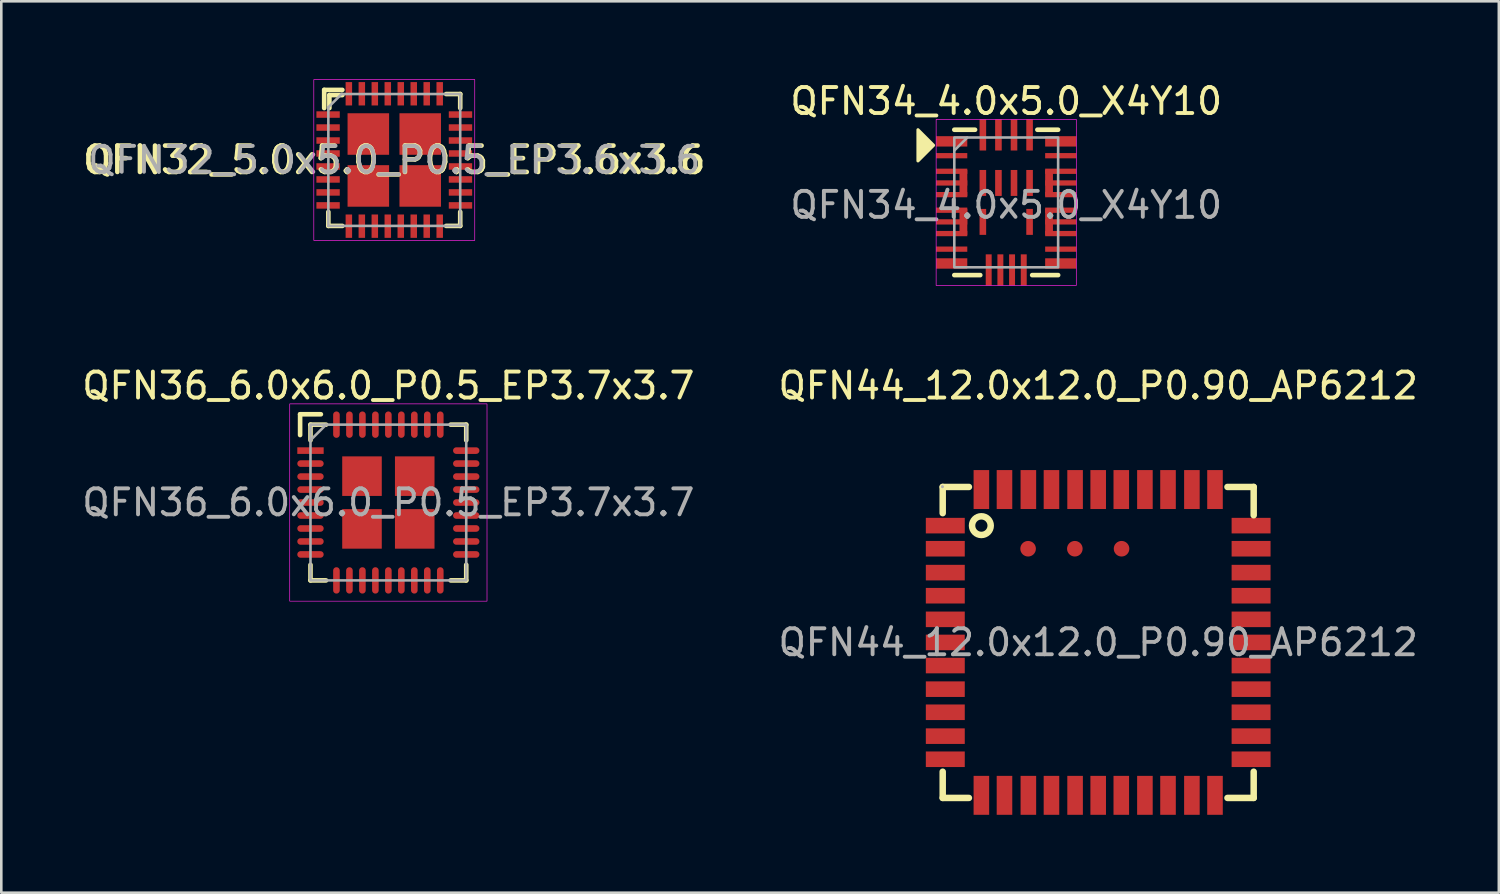
<source format=kicad_pcb>
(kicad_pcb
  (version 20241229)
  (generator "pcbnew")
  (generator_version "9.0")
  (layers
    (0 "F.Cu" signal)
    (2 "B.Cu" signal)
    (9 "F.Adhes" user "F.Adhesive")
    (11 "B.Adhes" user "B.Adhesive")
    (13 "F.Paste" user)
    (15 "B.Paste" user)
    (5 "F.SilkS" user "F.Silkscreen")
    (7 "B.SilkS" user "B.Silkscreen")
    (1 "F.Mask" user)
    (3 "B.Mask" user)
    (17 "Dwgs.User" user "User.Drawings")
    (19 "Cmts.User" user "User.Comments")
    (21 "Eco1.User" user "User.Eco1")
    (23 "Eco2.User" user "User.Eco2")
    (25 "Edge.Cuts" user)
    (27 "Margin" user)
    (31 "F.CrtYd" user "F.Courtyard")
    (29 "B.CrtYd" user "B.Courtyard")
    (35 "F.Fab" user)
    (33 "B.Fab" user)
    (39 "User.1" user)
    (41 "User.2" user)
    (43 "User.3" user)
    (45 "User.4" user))
  (footprint "QFN44_12.0x12.0_P0.90_AP6212"
    (layer "F.Cu")
    (at 39.256 21.699)
    (property "Reference" "QFN44_12.0x12.0_P0.90_AP6212" (at 0 -9.89 0) (layer "F.SilkS") (effects (font (size 1 1) (thickness 0.15))))
    (attr smd)
    (fp_line (start -5.99 -5.99) (end -4.98 -5.99) (stroke (width 0.25) (type solid)) (layer "F.SilkS"))
    (fp_line (start -5.99 -4.98) (end -5.99 -5.99) (stroke (width 0.25) (type solid)) (layer "F.SilkS"))
    (fp_line (start -5.99 5.99) (end -5.99 4.98) (stroke (width 0.25) (type solid)) (layer "F.SilkS"))
    (fp_line (start -4.98 5.99) (end -5.99 5.99) (stroke (width 0.25) (type solid)) (layer "F.SilkS"))
    (fp_line (start 4.98 -5.99) (end 5.99 -5.99) (stroke (width 0.25) (type solid)) (layer "F.SilkS"))
    (fp_line (start 5.99 -5.99) (end 5.99 -4.9) (stroke (width 0.25) (type solid)) (layer "F.SilkS"))
    (fp_line (start 5.99 4.98) (end 5.99 5.99) (stroke (width 0.25) (type solid)) (layer "F.SilkS"))
    (fp_line (start 5.99 5.99) (end 4.98 5.99) (stroke (width 0.25) (type solid)) (layer "F.SilkS"))
    (fp_circle (center -4.5 -4.5) (end -4.14 -4.5) (stroke (width 0.25) (type solid)) (fill no) (layer "F.SilkS"))
    (fp_circle (center -6 -6) (end -5.97 -6) (stroke (width 0.06) (type solid)) (fill no) (layer "F.Fab"))
    (fp_text user "${REFERENCE}" (at 0 0 0) (layer "F.Fab") (effects (font (size 1 1) (thickness 0.15))))
    (pad "1" smd rect (at -5.89 -4.5) (size 1.5 0.6) (layers "F.Cu" "F.Mask" "F.Paste"))
    (pad "2" smd rect (at -5.89 -3.61) (size 1.5 0.6) (layers "F.Cu" "F.Mask" "F.Paste"))
    (pad "3" smd rect (at -5.89 -2.69) (size 1.5 0.6) (layers "F.Cu" "F.Mask" "F.Paste"))
    (pad "4" smd rect (at -5.89 -1.8) (size 1.5 0.6) (layers "F.Cu" "F.Mask" "F.Paste"))
    (pad "5" smd rect (at -5.89 -0.89) (size 1.5 0.6) (layers "F.Cu" "F.Mask" "F.Paste"))
    (pad "6" smd rect (at -5.89 0) (size 1.5 0.6) (layers "F.Cu" "F.Mask" "F.Paste"))
    (pad "7" smd rect (at -5.89 0.89) (size 1.5 0.6) (layers "F.Cu" "F.Mask" "F.Paste"))
    (pad "8" smd rect (at -5.89 1.8) (size 1.5 0.6) (layers "F.Cu" "F.Mask" "F.Paste"))
    (pad "9" smd rect (at -5.89 2.69) (size 1.5 0.6) (layers "F.Cu" "F.Mask" "F.Paste"))
    (pad "10" smd rect (at -5.89 3.61) (size 1.5 0.6) (layers "F.Cu" "F.Mask" "F.Paste"))
    (pad "11" smd rect (at -5.89 4.5) (size 1.5 0.6) (layers "F.Cu" "F.Mask" "F.Paste"))
    (pad "12" smd rect (at -4.5 5.89 90) (size 1.5 0.6) (layers "F.Cu" "F.Mask" "F.Paste"))
    (pad "13" smd rect (at -3.61 5.89 90) (size 1.5 0.6) (layers "F.Cu" "F.Mask" "F.Paste"))
    (pad "14" smd rect (at -2.69 5.89 90) (size 1.5 0.6) (layers "F.Cu" "F.Mask" "F.Paste"))
    (pad "15" smd rect (at -1.8 5.89 90) (size 1.5 0.6) (layers "F.Cu" "F.Mask" "F.Paste"))
    (pad "16" smd rect (at -0.89 5.89 90) (size 1.5 0.6) (layers "F.Cu" "F.Mask" "F.Paste"))
    (pad "17" smd rect (at 0 5.89 90) (size 1.5 0.6) (layers "F.Cu" "F.Mask" "F.Paste"))
    (pad "18" smd rect (at 0.89 5.89 90) (size 1.5 0.6) (layers "F.Cu" "F.Mask" "F.Paste"))
    (pad "19" smd rect (at 1.8 5.89 90) (size 1.5 0.6) (layers "F.Cu" "F.Mask" "F.Paste"))
    (pad "20" smd rect (at 2.69 5.89 90) (size 1.5 0.6) (layers "F.Cu" "F.Mask" "F.Paste"))
    (pad "21" smd rect (at 3.61 5.89 90) (size 1.5 0.6) (layers "F.Cu" "F.Mask" "F.Paste"))
    (pad "22" smd rect (at 4.5 5.89 90) (size 1.5 0.6) (layers "F.Cu" "F.Mask" "F.Paste"))
    (pad "23" smd rect (at 5.89 4.5 180) (size 1.5 0.6) (layers "F.Cu" "F.Mask" "F.Paste"))
    (pad "24" smd rect (at 5.89 3.61 180) (size 1.5 0.6) (layers "F.Cu" "F.Mask" "F.Paste"))
    (pad "25" smd rect (at 5.89 2.69 180) (size 1.5 0.6) (layers "F.Cu" "F.Mask" "F.Paste"))
    (pad "26" smd rect (at 5.89 1.8 180) (size 1.5 0.6) (layers "F.Cu" "F.Mask" "F.Paste"))
    (pad "27" smd rect (at 5.89 0.89 180) (size 1.5 0.6) (layers "F.Cu" "F.Mask" "F.Paste"))
    (pad "28" smd rect (at 5.89 0 180) (size 1.5 0.6) (layers "F.Cu" "F.Mask" "F.Paste"))
    (pad "29" smd rect (at 5.89 -0.89 180) (size 1.5 0.6) (layers "F.Cu" "F.Mask" "F.Paste"))
    (pad "30" smd rect (at 5.89 -1.8 180) (size 1.5 0.6) (layers "F.Cu" "F.Mask" "F.Paste"))
    (pad "31" smd rect (at 5.89 -2.69 180) (size 1.5 0.6) (layers "F.Cu" "F.Mask" "F.Paste"))
    (pad "32" smd rect (at 5.89 -3.61 180) (size 1.5 0.6) (layers "F.Cu" "F.Mask" "F.Paste"))
    (pad "33" smd rect (at 5.89 -4.5 180) (size 1.5 0.6) (layers "F.Cu" "F.Mask" "F.Paste"))
    (pad "34" smd rect (at 4.5 -5.89 270) (size 1.5 0.6) (layers "F.Cu" "F.Mask" "F.Paste"))
    (pad "35" smd rect (at 3.61 -5.89 270) (size 1.5 0.6) (layers "F.Cu" "F.Mask" "F.Paste"))
    (pad "36" smd rect (at 2.69 -5.89 270) (size 1.5 0.6) (layers "F.Cu" "F.Mask" "F.Paste"))
    (pad "37" smd rect (at 1.8 -5.89 270) (size 1.5 0.6) (layers "F.Cu" "F.Mask" "F.Paste"))
    (pad "38" smd rect (at 0.89 -5.89 270) (size 1.5 0.6) (layers "F.Cu" "F.Mask" "F.Paste"))
    (pad "39" smd rect (at 0 -5.89 270) (size 1.5 0.6) (layers "F.Cu" "F.Mask" "F.Paste"))
    (pad "40" smd rect (at -0.89 -5.89 270) (size 1.5 0.6) (layers "F.Cu" "F.Mask" "F.Paste"))
    (pad "41" smd rect (at -1.8 -5.89 270) (size 1.5 0.6) (layers "F.Cu" "F.Mask" "F.Paste"))
    (pad "42" smd rect (at -2.69 -5.89 270) (size 1.5 0.6) (layers "F.Cu" "F.Mask" "F.Paste"))
    (pad "43" smd rect (at -3.61 -5.89 270) (size 1.5 0.6) (layers "F.Cu" "F.Mask" "F.Paste"))
    (pad "44" smd rect (at -4.5 -5.89 270) (size 1.5 0.6) (layers "F.Cu" "F.Mask" "F.Paste"))
    (pad "45" smd circle (at -2.7 -3.61) (size 0.6 0.6) (layers "F.Cu" "F.Mask"))
    (pad "46" smd circle (at -0.9 -3.61) (size 0.6 0.6) (layers "F.Cu" "F.Mask"))
    (pad "47" smd circle (at 0.9 -3.61) (size 0.6 0.6) (layers "F.Cu" "F.Mask")))
  (footprint "QFN36_6.0x6.0_P0.5_EP3.7x3.7"
    (layer "F.Cu")
    (at 11.911 16.309)
    (property "Reference" "QFN36_6.0x6.0_P0.5_EP3.7x3.7" (at 0 -4.5 0) (unlocked yes) (layer "F.SilkS") (effects (font (size 1 1) (thickness 0.15))))
    (attr smd)
    (fp_line (start -3.4 -2.6) (end -3.4 -3.4) (stroke (width 0.178) (type solid)) (layer "F.SilkS"))
    (fp_line (start -3.4 -3.4) (end -2.6 -3.4) (stroke (width 0.178) (type solid)) (layer "F.SilkS"))
    (fp_line (start -3 -2.4) (end -3 -3) (stroke (width 0.178) (type solid)) (layer "F.SilkS"))
    (fp_line (start -3 -3) (end -2.4 -3) (stroke (width 0.178) (type solid)) (layer "F.SilkS"))
    (fp_line (start -3 2.4) (end -3 3) (stroke (width 0.178) (type solid)) (layer "F.SilkS"))
    (fp_line (start -3 3) (end -2.4 3) (stroke (width 0.178) (type solid)) (layer "F.SilkS"))
    (fp_line (start 2.4 -3) (end 3 -3) (stroke (width 0.178) (type solid)) (layer "F.SilkS"))
    (fp_line (start 3 -3) (end 3 -2.4) (stroke (width 0.178) (type solid)) (layer "F.SilkS"))
    (fp_line (start 3 2.4) (end 3 3) (stroke (width 0.178) (type solid)) (layer "F.SilkS"))
    (fp_line (start 3 3) (end 2.4 3) (stroke (width 0.178) (type solid)) (layer "F.SilkS"))
    (fp_rect (start -3.8 -3.8) (end 3.8 3.8) (stroke (width 0.025) (type solid)) (fill no) (layer "F.CrtYd"))
    (fp_line (start -3 -2.4) (end -2.4 -3) (stroke (width 0.1) (type solid)) (layer "F.Fab"))
    (fp_rect (start -3 -3) (end 3 3) (stroke (width 0.1) (type solid)) (fill no) (layer "F.Fab"))
    (fp_text user "${REFERENCE}" (at 0 0 0) (unlocked yes) (layer "F.Fab") (effects (font (size 1 1) (thickness 0.15))))
    (pad "1" smd rect (at -3 -2) (size 1.016 0.254) (layers "F.Cu" "F.Mask" "F.Paste"))
    (pad "2" smd oval (at -3 -1.5) (size 1.016 0.254) (layers "F.Cu" "F.Mask" "F.Paste"))
    (pad "3" smd oval (at -3 -1) (size 1.016 0.254) (layers "F.Cu" "F.Mask" "F.Paste"))
    (pad "4" smd oval (at -3 -0.5) (size 1.016 0.254) (layers "F.Cu" "F.Mask" "F.Paste"))
    (pad "5" smd oval (at -3 0) (size 1.016 0.254) (layers "F.Cu" "F.Mask" "F.Paste"))
    (pad "6" smd oval (at -3 0.5) (size 1.016 0.254) (layers "F.Cu" "F.Mask" "F.Paste"))
    (pad "7" smd oval (at -3 1) (size 1.016 0.254) (layers "F.Cu" "F.Mask" "F.Paste"))
    (pad "8" smd oval (at -3 1.5) (size 1.016 0.254) (layers "F.Cu" "F.Mask" "F.Paste"))
    (pad "9" smd oval (at -3 2) (size 1.016 0.254) (layers "F.Cu" "F.Mask" "F.Paste"))
    (pad "10" smd oval (at -2 3) (size 0.254 1.016) (layers "F.Cu" "F.Mask" "F.Paste"))
    (pad "11" smd oval (at -1.5 3) (size 0.254 1.016) (layers "F.Cu" "F.Mask" "F.Paste"))
    (pad "12" smd oval (at -1 3) (size 0.254 1.016) (layers "F.Cu" "F.Mask" "F.Paste"))
    (pad "13" smd oval (at -0.5 3) (size 0.254 1.016) (layers "F.Cu" "F.Mask" "F.Paste"))
    (pad "14" smd oval (at 0 3) (size 0.254 1.016) (layers "F.Cu" "F.Mask" "F.Paste"))
    (pad "15" smd oval (at 0.5 3) (size 0.254 1.016) (layers "F.Cu" "F.Mask" "F.Paste"))
    (pad "16" smd oval (at 1 3) (size 0.254 1.016) (layers "F.Cu" "F.Mask" "F.Paste"))
    (pad "17" smd oval (at 1.5 3) (size 0.254 1.016) (layers "F.Cu" "F.Mask" "F.Paste"))
    (pad "18" smd oval (at 2 3) (size 0.254 1.016) (layers "F.Cu" "F.Mask" "F.Paste"))
    (pad "19" smd oval (at 3 2) (size 1.016 0.254) (layers "F.Cu" "F.Mask" "F.Paste"))
    (pad "20" smd oval (at 3 1.5) (size 1.016 0.254) (layers "F.Cu" "F.Mask" "F.Paste"))
    (pad "21" smd oval (at 3 1) (size 1.016 0.254) (layers "F.Cu" "F.Mask" "F.Paste"))
    (pad "22" smd oval (at 3 0.5) (size 1.016 0.254) (layers "F.Cu" "F.Mask" "F.Paste"))
    (pad "23" smd oval (at 3 0) (size 1.016 0.254) (layers "F.Cu" "F.Mask" "F.Paste"))
    (pad "24" smd oval (at 3 -0.5) (size 1.016 0.254) (layers "F.Cu" "F.Mask" "F.Paste"))
    (pad "25" smd oval (at 3 -1) (size 1.016 0.254) (layers "F.Cu" "F.Mask" "F.Paste"))
    (pad "26" smd oval (at 3 -1.5) (size 1.016 0.254) (layers "F.Cu" "F.Mask" "F.Paste"))
    (pad "27" smd oval (at 3 -2) (size 1.016 0.254) (layers "F.Cu" "F.Mask" "F.Paste"))
    (pad "28" smd oval (at 2 -3) (size 0.254 1.016) (layers "F.Cu" "F.Mask" "F.Paste"))
    (pad "29" smd oval (at 1.5 -3) (size 0.254 1.016) (layers "F.Cu" "F.Mask" "F.Paste"))
    (pad "30" smd oval (at 1 -3) (size 0.254 1.016) (layers "F.Cu" "F.Mask" "F.Paste"))
    (pad "31" smd oval (at 0.5 -3) (size 0.254 1.016) (layers "F.Cu" "F.Mask" "F.Paste"))
    (pad "32" smd oval (at 0 -3) (size 0.254 1.016) (layers "F.Cu" "F.Mask" "F.Paste"))
    (pad "33" smd oval (at -0.5 -3) (size 0.254 1.016) (layers "F.Cu" "F.Mask" "F.Paste"))
    (pad "34" smd oval (at -1 -3) (size 0.254 1.016) (layers "F.Cu" "F.Mask" "F.Paste"))
    (pad "35" smd oval (at -1.5 -3) (size 0.254 1.016) (layers "F.Cu" "F.Mask" "F.Paste"))
    (pad "36" smd oval (at -2 -3) (size 0.254 1.016) (layers "F.Cu" "F.Mask" "F.Paste"))
    (pad "37" smd rect (at -1.016 -1.016) (size 1.524 1.524) (layers "F.Cu" "F.Mask" "F.Paste"))
    (pad "37" smd rect (at -1.016 1.016) (size 1.524 1.524) (layers "F.Cu" "F.Mask" "F.Paste"))
    (pad "37" smd rect (at 1.016 -1.016) (size 1.524 1.524) (layers "F.Cu" "F.Mask" "F.Paste"))
    (pad "37" smd rect (at 1.016 1.016) (size 1.524 1.524) (layers "F.Cu" "F.Mask" "F.Paste")))
  (footprint "QFN34_4.0x5.0_X4Y10"
    (layer "F.Cu")
    (at 35.713 4.748)
    (property "Reference" "QFN34_4.0x5.0_X4Y10" (at 0 -3.9 0) (unlocked yes) (layer "F.SilkS") (effects (font (size 1 1) (thickness 0.15))))
    (attr smd)
    (fp_line (start -2 -2.8) (end -1.2 -2.8) (stroke (width 0.178) (type solid)) (layer "F.SilkS"))
    (fp_line (start -2 2.8) (end -1 2.8) (stroke (width 0.178) (type solid)) (layer "F.SilkS"))
    (fp_line (start 1 2.8) (end 2 2.8) (stroke (width 0.178) (type solid)) (layer "F.SilkS"))
    (fp_line (start 1.2 -2.8) (end 2 -2.8) (stroke (width 0.178) (type solid)) (layer "F.SilkS"))
    (fp_poly (pts (xy -2.8 -2.2) (xy -3.4 -1.6) (xy -3.4 -2.8)) (stroke (width 0.12) (type solid)) (fill yes) (layer "F.SilkS"))
    (fp_rect (start -2.7 -3.2) (end 2.7 3.2) (stroke (width 0.025) (type solid)) (fill no) (layer "F.CrtYd"))
    (fp_line (start -2 -2) (end -1.5 -2.5) (stroke (width 0.1) (type solid)) (layer "F.Fab"))
    (fp_rect (start -2 -2.5) (end 2 2.5) (stroke (width 0.1) (type solid)) (fill no) (layer "F.Fab"))
    (fp_text user "${REFERENCE}" (at 0 0.1 0) (unlocked yes) (layer "F.Fab") (effects (font (size 1 1) (thickness 0.15))))
    (pad "1" smd rect (at -2.1 -2.352) (size 1.2 0.4) (layers "F.Cu" "F.Mask" "F.Paste"))
    (pad "2" smd rect (at -2.1 -1.8) (size 1.2 0.203) (layers "F.Cu" "F.Mask" "F.Paste"))
    (pad "3" smd rect (at -2.1 -1.2) (size 1.2 0.203) (layers "F.Cu" "F.Mask" "F.Paste"))
    (pad "4" smd rect (at -2.1 -0.75) (size 1.2 0.203) (layers "F.Cu" "F.Mask" "F.Paste"))
    (pad "4" smd rect (at -1.65 -0.75) (size 0.3 1) (layers "F.Cu" "F.Mask" "F.Paste"))
    (pad "5" smd rect (at -2.1 -0.3) (size 1.2 0.203) (layers "F.Cu" "F.Mask" "F.Paste"))
    (pad "6" smd rect (at -2.1 0.3) (size 1.2 0.203) (layers "F.Cu" "F.Mask" "F.Paste"))
    (pad "7" smd rect (at -2.1 0.75) (size 1.2 0.203) (layers "F.Cu" "F.Mask" "F.Paste"))
    (pad "7" smd rect (at -1.65 0.75) (size 0.3 1) (layers "F.Cu" "F.Mask" "F.Paste"))
    (pad "8" smd rect (at -2.1 1.2) (size 1.2 0.203) (layers "F.Cu" "F.Mask" "F.Paste"))
    (pad "9" smd rect (at -2.1 1.8) (size 1.2 0.203) (layers "F.Cu" "F.Mask" "F.Paste"))
    (pad "10" smd rect (at -2.1 2.352) (size 1.2 0.4) (layers "F.Cu" "F.Mask" "F.Paste"))
    (pad "11" smd rect (at -0.675 2.6) (size 0.229 1.2) (layers "F.Cu" "F.Mask" "F.Paste"))
    (pad "12" smd rect (at -0.225 2.6) (size 0.229 1.2) (layers "F.Cu" "F.Mask" "F.Paste"))
    (pad "13" smd rect (at 0.225 2.6) (size 0.229 1.2) (layers "F.Cu" "F.Mask" "F.Paste"))
    (pad "14" smd rect (at 0.675 2.6) (size 0.229 1.2) (layers "F.Cu" "F.Mask" "F.Paste"))
    (pad "15" smd rect (at 2.1 2.352) (size 1.2 0.4) (layers "F.Cu" "F.Mask" "F.Paste"))
    (pad "16" smd rect (at 2.1 1.8) (size 1.2 0.203) (layers "F.Cu" "F.Mask" "F.Paste"))
    (pad "17" smd rect (at 2.1 1.2) (size 1.2 0.203) (layers "F.Cu" "F.Mask" "F.Paste"))
    (pad "18" smd rect (at 1.65 0.75) (size 0.3 1) (layers "F.Cu" "F.Mask" "F.Paste"))
    (pad "18" smd rect (at 2.1 0.75) (size 1.2 0.203) (layers "F.Cu" "F.Mask" "F.Paste"))
    (pad "19" smd rect (at 2.1 0.3) (size 1.2 0.203) (layers "F.Cu" "F.Mask" "F.Paste"))
    (pad "20" smd rect (at 2.1 -0.3) (size 1.2 0.203) (layers "F.Cu" "F.Mask" "F.Paste"))
    (pad "21" smd rect (at 1.65 -0.75) (size 0.3 1) (layers "F.Cu" "F.Mask" "F.Paste"))
    (pad "21" smd rect (at 2.1 -0.75) (size 1.2 0.203) (layers "F.Cu" "F.Mask" "F.Paste"))
    (pad "22" smd rect (at 2.1 -1.2) (size 1.2 0.203) (layers "F.Cu" "F.Mask" "F.Paste"))
    (pad "23" smd rect (at 2.1 -1.8) (size 1.2 0.203) (layers "F.Cu" "F.Mask" "F.Paste"))
    (pad "24" smd rect (at 2.1 -2.352) (size 1.2 0.4) (layers "F.Cu" "F.Mask" "F.Paste"))
    (pad "25" smd rect (at 0.9 -2.6) (size 0.254 1.2) (layers "F.Cu" "F.Mask" "F.Paste"))
    (pad "26" smd rect (at 0.3 -2.6) (size 0.254 1.2) (layers "F.Cu" "F.Mask" "F.Paste"))
    (pad "27" smd rect (at -0.3 -2.6) (size 0.254 1.2) (layers "F.Cu" "F.Mask" "F.Paste"))
    (pad "28" smd rect (at -0.9 -2.6) (size 0.254 1.2) (layers "F.Cu" "F.Mask" "F.Paste"))
    (pad "29" smd rect (at -0.9 -0.75) (size 0.254 1) (layers "F.Cu" "F.Mask" "F.Paste"))
    (pad "30" smd rect (at -0.9 0.75) (size 0.254 1) (layers "F.Cu" "F.Mask" "F.Paste"))
    (pad "31" smd rect (at 0.9 0.75) (size 0.254 1) (layers "F.Cu" "F.Mask" "F.Paste"))
    (pad "32" smd rect (at 0.9 -0.75) (size 0.254 1) (layers "F.Cu" "F.Mask" "F.Paste"))
    (pad "33" smd rect (at 0.3 -0.75) (size 0.254 1) (layers "F.Cu" "F.Mask" "F.Paste"))
    (pad "34" smd rect (at -0.3 -0.75) (size 0.254 1) (layers "F.Cu" "F.Mask" "F.Paste")))
  (footprint "QFN32_5.0x5.0_P0.5_EP3.6x3.6"
    (layer "F.Cu")
    (at 12.139 3.113)
    (property "Reference" "QFN32_5.0x5.0_P0.5_EP3.6x3.6" (at 0 0 0) (layer "F.SilkS") (effects (font (size 1.016 1.016) (thickness 0.178))))
    (attr smd)
    (fp_line (start -2.7 -2.7) (end -2 -2.7) (stroke (width 0.178) (type solid)) (layer "F.SilkS"))
    (fp_line (start -2.7 -2) (end -2.7 -2.7) (stroke (width 0.178) (type solid)) (layer "F.SilkS"))
    (fp_line (start -2.54 2.54) (end -2.54 2) (stroke (width 0.178) (type solid)) (layer "F.SilkS"))
    (fp_line (start -2.5 -2) (end -2.5 -2.5) (stroke (width 0.178) (type solid)) (layer "F.SilkS"))
    (fp_line (start -2 -2.5) (end -2.5 -2.5) (stroke (width 0.178) (type solid)) (layer "F.SilkS"))
    (fp_line (start -2 2.54) (end -2.54 2.54) (stroke (width 0.178) (type solid)) (layer "F.SilkS"))
    (fp_line (start 2 -2.54) (end 2.54 -2.54) (stroke (width 0.178) (type solid)) (layer "F.SilkS"))
    (fp_line (start 2.54 -2) (end 2.54 -2.54) (stroke (width 0.178) (type solid)) (layer "F.SilkS"))
    (fp_line (start 2.54 2) (end 2.54 2.54) (stroke (width 0.178) (type solid)) (layer "F.SilkS"))
    (fp_line (start 2.54 2.54) (end 2 2.54) (stroke (width 0.178) (type solid)) (layer "F.SilkS"))
    (fp_rect (start -3.1 -3.1) (end 3.1 3.1) (stroke (width 0.025) (type solid)) (fill no) (layer "F.CrtYd"))
    (fp_line (start -2.54 -2.032) (end -2.54 2.54) (stroke (width 0.1) (type solid)) (layer "F.Fab"))
    (fp_line (start -2.54 2.54) (end 2.54 2.54) (stroke (width 0.1) (type solid)) (layer "F.Fab"))
    (fp_line (start -2.032 -2.54) (end -2.54 -2.032) (stroke (width 0.1) (type solid)) (layer "F.Fab"))
    (fp_line (start 2.54 -2.54) (end -2.032 -2.54) (stroke (width 0.1) (type solid)) (layer "F.Fab"))
    (fp_line (start 2.54 2.54) (end 2.54 -2.54) (stroke (width 0.1) (type solid)) (layer "F.Fab"))
    (fp_text user "${REFERENCE}" (at 0 0 0) (layer "F.Fab") (effects (font (size 1 1) (thickness 0.15))))
    (pad "1" smd rect (at -2.55 -1.75) (size 0.9 0.25) (layers "F.Cu" "F.Mask" "F.Paste"))
    (pad "2" smd rect (at -2.55 -1.25) (size 0.9 0.25) (layers "F.Cu" "F.Mask" "F.Paste"))
    (pad "3" smd rect (at -2.55 -0.75) (size 0.9 0.25) (layers "F.Cu" "F.Mask" "F.Paste"))
    (pad "4" smd rect (at -2.55 -0.25) (size 0.9 0.25) (layers "F.Cu" "F.Mask" "F.Paste"))
    (pad "5" smd rect (at -2.55 0.25) (size 0.9 0.25) (layers "F.Cu" "F.Mask" "F.Paste"))
    (pad "6" smd rect (at -2.55 0.75) (size 0.9 0.25) (layers "F.Cu" "F.Mask" "F.Paste"))
    (pad "7" smd rect (at -2.55 1.25) (size 0.9 0.25) (layers "F.Cu" "F.Mask" "F.Paste"))
    (pad "8" smd rect (at -2.55 1.75) (size 0.9 0.25) (layers "F.Cu" "F.Mask" "F.Paste"))
    (pad "9" smd rect (at -1.75 2.55) (size 0.25 0.9) (layers "F.Cu" "F.Mask" "F.Paste"))
    (pad "10" smd rect (at -1.25 2.55) (size 0.25 0.9) (layers "F.Cu" "F.Mask" "F.Paste"))
    (pad "11" smd rect (at -0.75 2.55) (size 0.25 0.9) (layers "F.Cu" "F.Mask" "F.Paste"))
    (pad "12" smd rect (at -0.25 2.55) (size 0.25 0.9) (layers "F.Cu" "F.Mask" "F.Paste"))
    (pad "13" smd rect (at 0.25 2.55) (size 0.25 0.9) (layers "F.Cu" "F.Mask" "F.Paste"))
    (pad "14" smd rect (at 0.75 2.55) (size 0.25 0.9) (layers "F.Cu" "F.Mask" "F.Paste"))
    (pad "15" smd rect (at 1.25 2.55) (size 0.25 0.9) (layers "F.Cu" "F.Mask" "F.Paste"))
    (pad "16" smd rect (at 1.75 2.55) (size 0.25 0.9) (layers "F.Cu" "F.Mask" "F.Paste"))
    (pad "17" smd rect (at 2.55 1.75) (size 0.9 0.25) (layers "F.Cu" "F.Mask" "F.Paste"))
    (pad "18" smd rect (at 2.55 1.25) (size 0.9 0.25) (layers "F.Cu" "F.Mask" "F.Paste"))
    (pad "19" smd rect (at 2.55 0.75) (size 0.9 0.25) (layers "F.Cu" "F.Mask" "F.Paste"))
    (pad "20" smd rect (at 2.55 0.25) (size 0.9 0.25) (layers "F.Cu" "F.Mask" "F.Paste"))
    (pad "21" smd rect (at 2.55 -0.25) (size 0.9 0.25) (layers "F.Cu" "F.Mask" "F.Paste"))
    (pad "22" smd rect (at 2.55 -0.75) (size 0.9 0.25) (layers "F.Cu" "F.Mask" "F.Paste"))
    (pad "23" smd rect (at 2.55 -1.25) (size 0.9 0.25) (layers "F.Cu" "F.Mask" "F.Paste"))
    (pad "24" smd rect (at 2.55 -1.75) (size 0.9 0.25) (layers "F.Cu" "F.Mask" "F.Paste"))
    (pad "25" smd rect (at 1.75 -2.55) (size 0.25 0.9) (layers "F.Cu" "F.Mask" "F.Paste"))
    (pad "26" smd rect (at 1.25 -2.55) (size 0.25 0.9) (layers "F.Cu" "F.Mask" "F.Paste"))
    (pad "27" smd rect (at 0.75 -2.55) (size 0.25 0.9) (layers "F.Cu" "F.Mask" "F.Paste"))
    (pad "28" smd rect (at 0.25 -2.55) (size 0.25 0.9) (layers "F.Cu" "F.Mask" "F.Paste"))
    (pad "29" smd rect (at -0.25 -2.55) (size 0.25 0.9) (layers "F.Cu" "F.Mask" "F.Paste"))
    (pad "30" smd rect (at -0.75 -2.55) (size 0.25 0.9) (layers "F.Cu" "F.Mask" "F.Paste"))
    (pad "31" smd rect (at -1.25 -2.55) (size 0.25 0.9) (layers "F.Cu" "F.Mask" "F.Paste"))
    (pad "32" smd rect (at -1.75 -2.55) (size 0.25 0.9) (layers "F.Cu" "F.Mask" "F.Paste"))
    (pad "33" smd rect (at -1 -1) (size 1.6 1.6) (layers "F.Cu" "F.Mask" "F.Paste"))
    (pad "33" smd rect (at -1 1) (size 1.6 1.6) (layers "F.Cu" "F.Mask" "F.Paste"))
    (pad "33" smd rect (at 1 -1) (size 1.6 1.6) (layers "F.Cu" "F.Mask" "F.Paste"))
    (pad "33" smd rect (at 1 1) (size 1.6 1.6) (layers "F.Cu" "F.Mask" "F.Paste")))
  (gr_rect
    (start -3 -3)
    (end 54.69 31.339)
    (stroke (width 0.1) (type default))
    (fill no)
    (layer "Edge.Cuts")))
</source>
